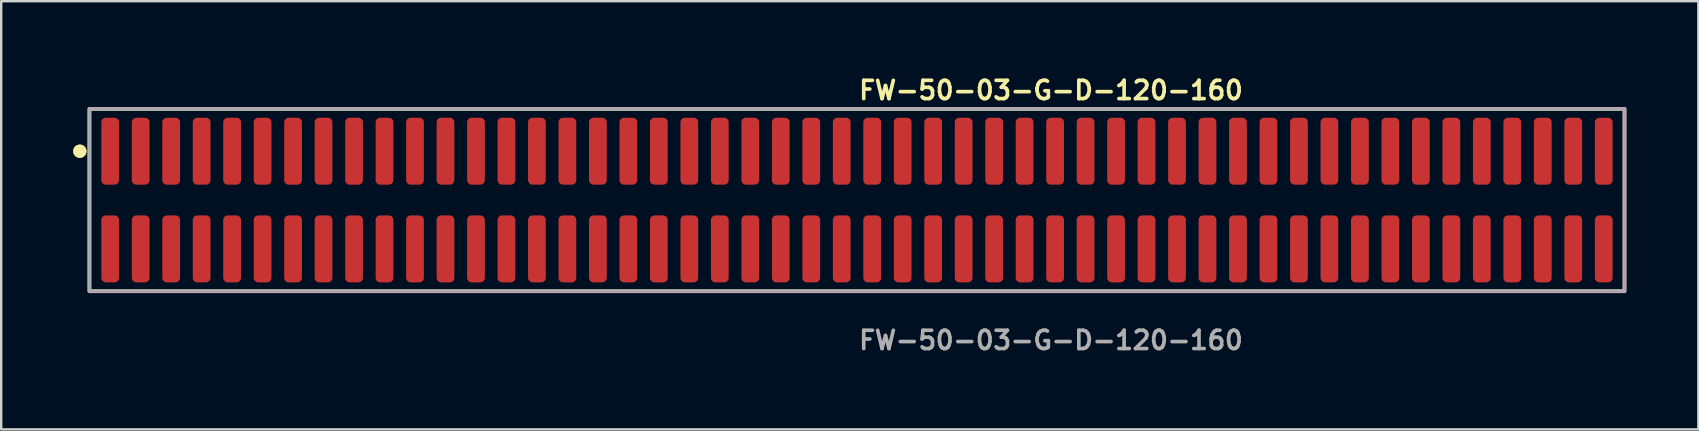
<source format=kicad_pcb>
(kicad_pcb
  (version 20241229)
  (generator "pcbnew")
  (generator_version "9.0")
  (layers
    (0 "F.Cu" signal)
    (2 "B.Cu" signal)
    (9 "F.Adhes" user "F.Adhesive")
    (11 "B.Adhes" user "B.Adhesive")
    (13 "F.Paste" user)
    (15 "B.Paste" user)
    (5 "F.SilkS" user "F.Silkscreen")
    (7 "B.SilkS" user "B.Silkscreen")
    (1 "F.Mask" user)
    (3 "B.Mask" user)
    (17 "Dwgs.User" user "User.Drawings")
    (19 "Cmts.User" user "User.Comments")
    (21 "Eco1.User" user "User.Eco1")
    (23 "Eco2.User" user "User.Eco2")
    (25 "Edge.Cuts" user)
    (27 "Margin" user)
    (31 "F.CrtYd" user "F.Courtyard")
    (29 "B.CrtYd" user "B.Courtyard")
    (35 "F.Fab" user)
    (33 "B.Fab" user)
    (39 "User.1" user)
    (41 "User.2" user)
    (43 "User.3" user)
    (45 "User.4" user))
  (footprint "FW-50-03-G-D-120-160"
    (layer "F.Cu")
    (at 32.656 5.285)
    (property "Reference" "FW-50-03-G-D-120-160" (at 0 -4.572 0) (unlocked yes) (layer "F.SilkS") (effects (font (size 0.762 0.762) (thickness 0.152)) (justify left)))
    (fp_rect (start -31.98 3.8) (end 31.98 -3.8) (stroke (width 0.152) (type solid)) (fill no) (layer "F.SilkS"))
    (fp_circle (center -32.38 -2.035) (end -32.58 -2.035) (stroke (width 0.152) (type solid)) (fill yes) (layer "F.SilkS"))
    (fp_circle (center -32.38 -2.035) (end -32.58 -2.035) (stroke (width 0.152) (type solid)) (fill yes) (layer "F.SilkS"))
    (fp_rect (start -31.98 3.8) (end 31.98 -3.8) (stroke (width 0.006) (type solid)) (fill no) (layer "F.CrtYd"))
    (fp_rect (start -31.98 3.8) (end 31.98 -3.8) (stroke (width 0.152) (type solid)) (fill no) (layer "F.Fab"))
    (fp_text user "${REFERENCE}" (at 0 5.842 0) (unlocked yes) (layer "F.Fab") (effects (font (size 0.762 0.762) (thickness 0.152)) (justify left)))
    (pad "1" smd roundrect (at -31.115 -2.035) (size 0.74 2.79) (layers "F.Cu" "F.Paste") (roundrect_rratio 0.25))
    (pad "2" smd roundrect (at -31.115 2.035) (size 0.74 2.79) (layers "F.Cu" "F.Paste") (roundrect_rratio 0.25))
    (pad "3" smd roundrect (at -29.845 -2.035) (size 0.74 2.79) (layers "F.Cu" "F.Paste") (roundrect_rratio 0.25))
    (pad "4" smd roundrect (at -29.845 2.035) (size 0.74 2.79) (layers "F.Cu" "F.Paste") (roundrect_rratio 0.25))
    (pad "5" smd roundrect (at -28.575 -2.035) (size 0.74 2.79) (layers "F.Cu" "F.Paste") (roundrect_rratio 0.25))
    (pad "6" smd roundrect (at -28.575 2.035) (size 0.74 2.79) (layers "F.Cu" "F.Paste") (roundrect_rratio 0.25))
    (pad "7" smd roundrect (at -27.305 -2.035) (size 0.74 2.79) (layers "F.Cu" "F.Paste") (roundrect_rratio 0.25))
    (pad "8" smd roundrect (at -27.305 2.035) (size 0.74 2.79) (layers "F.Cu" "F.Paste") (roundrect_rratio 0.25))
    (pad "9" smd roundrect (at -26.035 -2.035) (size 0.74 2.79) (layers "F.Cu" "F.Paste") (roundrect_rratio 0.25))
    (pad "10" smd roundrect (at -26.035 2.035) (size 0.74 2.79) (layers "F.Cu" "F.Paste") (roundrect_rratio 0.25))
    (pad "11" smd roundrect (at -24.765 -2.035) (size 0.74 2.79) (layers "F.Cu" "F.Paste") (roundrect_rratio 0.25))
    (pad "12" smd roundrect (at -24.765 2.035) (size 0.74 2.79) (layers "F.Cu" "F.Paste") (roundrect_rratio 0.25))
    (pad "13" smd roundrect (at -23.495 -2.035) (size 0.74 2.79) (layers "F.Cu" "F.Paste") (roundrect_rratio 0.25))
    (pad "14" smd roundrect (at -23.495 2.035) (size 0.74 2.79) (layers "F.Cu" "F.Paste") (roundrect_rratio 0.25))
    (pad "15" smd roundrect (at -22.225 -2.035) (size 0.74 2.79) (layers "F.Cu" "F.Paste") (roundrect_rratio 0.25))
    (pad "16" smd roundrect (at -22.225 2.035) (size 0.74 2.79) (layers "F.Cu" "F.Paste") (roundrect_rratio 0.25))
    (pad "17" smd roundrect (at -20.955 -2.035) (size 0.74 2.79) (layers "F.Cu" "F.Paste") (roundrect_rratio 0.25))
    (pad "18" smd roundrect (at -20.955 2.035) (size 0.74 2.79) (layers "F.Cu" "F.Paste") (roundrect_rratio 0.25))
    (pad "19" smd roundrect (at -19.685 -2.035) (size 0.74 2.79) (layers "F.Cu" "F.Paste") (roundrect_rratio 0.25))
    (pad "20" smd roundrect (at -19.685 2.035) (size 0.74 2.79) (layers "F.Cu" "F.Paste") (roundrect_rratio 0.25))
    (pad "21" smd roundrect (at -18.415 -2.035) (size 0.74 2.79) (layers "F.Cu" "F.Paste") (roundrect_rratio 0.25))
    (pad "22" smd roundrect (at -18.415 2.035) (size 0.74 2.79) (layers "F.Cu" "F.Paste") (roundrect_rratio 0.25))
    (pad "23" smd roundrect (at -17.145 -2.035) (size 0.74 2.79) (layers "F.Cu" "F.Paste") (roundrect_rratio 0.25))
    (pad "24" smd roundrect (at -17.145 2.035) (size 0.74 2.79) (layers "F.Cu" "F.Paste") (roundrect_rratio 0.25))
    (pad "25" smd roundrect (at -15.875 -2.035) (size 0.74 2.79) (layers "F.Cu" "F.Paste") (roundrect_rratio 0.25))
    (pad "26" smd roundrect (at -15.875 2.035) (size 0.74 2.79) (layers "F.Cu" "F.Paste") (roundrect_rratio 0.25))
    (pad "27" smd roundrect (at -14.605 -2.035) (size 0.74 2.79) (layers "F.Cu" "F.Paste") (roundrect_rratio 0.25))
    (pad "28" smd roundrect (at -14.605 2.035) (size 0.74 2.79) (layers "F.Cu" "F.Paste") (roundrect_rratio 0.25))
    (pad "29" smd roundrect (at -13.335 -2.035) (size 0.74 2.79) (layers "F.Cu" "F.Paste") (roundrect_rratio 0.25))
    (pad "30" smd roundrect (at -13.335 2.035) (size 0.74 2.79) (layers "F.Cu" "F.Paste") (roundrect_rratio 0.25))
    (pad "31" smd roundrect (at -12.065 -2.035) (size 0.74 2.79) (layers "F.Cu" "F.Paste") (roundrect_rratio 0.25))
    (pad "32" smd roundrect (at -12.065 2.035) (size 0.74 2.79) (layers "F.Cu" "F.Paste") (roundrect_rratio 0.25))
    (pad "33" smd roundrect (at -10.795 -2.035) (size 0.74 2.79) (layers "F.Cu" "F.Paste") (roundrect_rratio 0.25))
    (pad "34" smd roundrect (at -10.795 2.035) (size 0.74 2.79) (layers "F.Cu" "F.Paste") (roundrect_rratio 0.25))
    (pad "35" smd roundrect (at -9.525 -2.035) (size 0.74 2.79) (layers "F.Cu" "F.Paste") (roundrect_rratio 0.25))
    (pad "36" smd roundrect (at -9.525 2.035) (size 0.74 2.79) (layers "F.Cu" "F.Paste") (roundrect_rratio 0.25))
    (pad "37" smd roundrect (at -8.255 -2.035) (size 0.74 2.79) (layers "F.Cu" "F.Paste") (roundrect_rratio 0.25))
    (pad "38" smd roundrect (at -8.255 2.035) (size 0.74 2.79) (layers "F.Cu" "F.Paste") (roundrect_rratio 0.25))
    (pad "39" smd roundrect (at -6.985 -2.035) (size 0.74 2.79) (layers "F.Cu" "F.Paste") (roundrect_rratio 0.25))
    (pad "40" smd roundrect (at -6.985 2.035) (size 0.74 2.79) (layers "F.Cu" "F.Paste") (roundrect_rratio 0.25))
    (pad "41" smd roundrect (at -5.715 -2.035) (size 0.74 2.79) (layers "F.Cu" "F.Paste") (roundrect_rratio 0.25))
    (pad "42" smd roundrect (at -5.715 2.035) (size 0.74 2.79) (layers "F.Cu" "F.Paste") (roundrect_rratio 0.25))
    (pad "43" smd roundrect (at -4.445 -2.035) (size 0.74 2.79) (layers "F.Cu" "F.Paste") (roundrect_rratio 0.25))
    (pad "44" smd roundrect (at -4.445 2.035) (size 0.74 2.79) (layers "F.Cu" "F.Paste") (roundrect_rratio 0.25))
    (pad "45" smd roundrect (at -3.175 -2.035) (size 0.74 2.79) (layers "F.Cu" "F.Paste") (roundrect_rratio 0.25))
    (pad "46" smd roundrect (at -3.175 2.035) (size 0.74 2.79) (layers "F.Cu" "F.Paste") (roundrect_rratio 0.25))
    (pad "47" smd roundrect (at -1.905 -2.035) (size 0.74 2.79) (layers "F.Cu" "F.Paste") (roundrect_rratio 0.25))
    (pad "48" smd roundrect (at -1.905 2.035) (size 0.74 2.79) (layers "F.Cu" "F.Paste") (roundrect_rratio 0.25))
    (pad "49" smd roundrect (at -0.635 -2.035) (size 0.74 2.79) (layers "F.Cu" "F.Paste") (roundrect_rratio 0.25))
    (pad "50" smd roundrect (at -0.635 2.035) (size 0.74 2.79) (layers "F.Cu" "F.Paste") (roundrect_rratio 0.25))
    (pad "51" smd roundrect (at 0.635 -2.035) (size 0.74 2.79) (layers "F.Cu" "F.Paste") (roundrect_rratio 0.25))
    (pad "52" smd roundrect (at 0.635 2.035) (size 0.74 2.79) (layers "F.Cu" "F.Paste") (roundrect_rratio 0.25))
    (pad "53" smd roundrect (at 1.905 -2.035) (size 0.74 2.79) (layers "F.Cu" "F.Paste") (roundrect_rratio 0.25))
    (pad "54" smd roundrect (at 1.905 2.035) (size 0.74 2.79) (layers "F.Cu" "F.Paste") (roundrect_rratio 0.25))
    (pad "55" smd roundrect (at 3.175 -2.035) (size 0.74 2.79) (layers "F.Cu" "F.Paste") (roundrect_rratio 0.25))
    (pad "56" smd roundrect (at 3.175 2.035) (size 0.74 2.79) (layers "F.Cu" "F.Paste") (roundrect_rratio 0.25))
    (pad "57" smd roundrect (at 4.445 -2.035) (size 0.74 2.79) (layers "F.Cu" "F.Paste") (roundrect_rratio 0.25))
    (pad "58" smd roundrect (at 4.445 2.035) (size 0.74 2.79) (layers "F.Cu" "F.Paste") (roundrect_rratio 0.25))
    (pad "59" smd roundrect (at 5.715 -2.035) (size 0.74 2.79) (layers "F.Cu" "F.Paste") (roundrect_rratio 0.25))
    (pad "60" smd roundrect (at 5.715 2.035) (size 0.74 2.79) (layers "F.Cu" "F.Paste") (roundrect_rratio 0.25))
    (pad "61" smd roundrect (at 6.985 -2.035) (size 0.74 2.79) (layers "F.Cu" "F.Paste") (roundrect_rratio 0.25))
    (pad "62" smd roundrect (at 6.985 2.035) (size 0.74 2.79) (layers "F.Cu" "F.Paste") (roundrect_rratio 0.25))
    (pad "63" smd roundrect (at 8.255 -2.035) (size 0.74 2.79) (layers "F.Cu" "F.Paste") (roundrect_rratio 0.25))
    (pad "64" smd roundrect (at 8.255 2.035) (size 0.74 2.79) (layers "F.Cu" "F.Paste") (roundrect_rratio 0.25))
    (pad "65" smd roundrect (at 9.525 -2.035) (size 0.74 2.79) (layers "F.Cu" "F.Paste") (roundrect_rratio 0.25))
    (pad "66" smd roundrect (at 9.525 2.035) (size 0.74 2.79) (layers "F.Cu" "F.Paste") (roundrect_rratio 0.25))
    (pad "67" smd roundrect (at 10.795 -2.035) (size 0.74 2.79) (layers "F.Cu" "F.Paste") (roundrect_rratio 0.25))
    (pad "68" smd roundrect (at 10.795 2.035) (size 0.74 2.79) (layers "F.Cu" "F.Paste") (roundrect_rratio 0.25))
    (pad "69" smd roundrect (at 12.065 -2.035) (size 0.74 2.79) (layers "F.Cu" "F.Paste") (roundrect_rratio 0.25))
    (pad "70" smd roundrect (at 12.065 2.035) (size 0.74 2.79) (layers "F.Cu" "F.Paste") (roundrect_rratio 0.25))
    (pad "71" smd roundrect (at 13.335 -2.035) (size 0.74 2.79) (layers "F.Cu" "F.Paste") (roundrect_rratio 0.25))
    (pad "72" smd roundrect (at 13.335 2.035) (size 0.74 2.79) (layers "F.Cu" "F.Paste") (roundrect_rratio 0.25))
    (pad "73" smd roundrect (at 14.605 -2.035) (size 0.74 2.79) (layers "F.Cu" "F.Paste") (roundrect_rratio 0.25))
    (pad "74" smd roundrect (at 14.605 2.035) (size 0.74 2.79) (layers "F.Cu" "F.Paste") (roundrect_rratio 0.25))
    (pad "75" smd roundrect (at 15.875 -2.035) (size 0.74 2.79) (layers "F.Cu" "F.Paste") (roundrect_rratio 0.25))
    (pad "76" smd roundrect (at 15.875 2.035) (size 0.74 2.79) (layers "F.Cu" "F.Paste") (roundrect_rratio 0.25))
    (pad "77" smd roundrect (at 17.145 -2.035) (size 0.74 2.79) (layers "F.Cu" "F.Paste") (roundrect_rratio 0.25))
    (pad "78" smd roundrect (at 17.145 2.035) (size 0.74 2.79) (layers "F.Cu" "F.Paste") (roundrect_rratio 0.25))
    (pad "79" smd roundrect (at 18.415 -2.035) (size 0.74 2.79) (layers "F.Cu" "F.Paste") (roundrect_rratio 0.25))
    (pad "80" smd roundrect (at 18.415 2.035) (size 0.74 2.79) (layers "F.Cu" "F.Paste") (roundrect_rratio 0.25))
    (pad "81" smd roundrect (at 19.685 -2.035) (size 0.74 2.79) (layers "F.Cu" "F.Paste") (roundrect_rratio 0.25))
    (pad "82" smd roundrect (at 19.685 2.035) (size 0.74 2.79) (layers "F.Cu" "F.Paste") (roundrect_rratio 0.25))
    (pad "83" smd roundrect (at 20.955 -2.035) (size 0.74 2.79) (layers "F.Cu" "F.Paste") (roundrect_rratio 0.25))
    (pad "84" smd roundrect (at 20.955 2.035) (size 0.74 2.79) (layers "F.Cu" "F.Paste") (roundrect_rratio 0.25))
    (pad "85" smd roundrect (at 22.225 -2.035) (size 0.74 2.79) (layers "F.Cu" "F.Paste") (roundrect_rratio 0.25))
    (pad "86" smd roundrect (at 22.225 2.035) (size 0.74 2.79) (layers "F.Cu" "F.Paste") (roundrect_rratio 0.25))
    (pad "87" smd roundrect (at 23.495 -2.035) (size 0.74 2.79) (layers "F.Cu" "F.Paste") (roundrect_rratio 0.25))
    (pad "88" smd roundrect (at 23.495 2.035) (size 0.74 2.79) (layers "F.Cu" "F.Paste") (roundrect_rratio 0.25))
    (pad "89" smd roundrect (at 24.765 -2.035) (size 0.74 2.79) (layers "F.Cu" "F.Paste") (roundrect_rratio 0.25))
    (pad "90" smd roundrect (at 24.765 2.035) (size 0.74 2.79) (layers "F.Cu" "F.Paste") (roundrect_rratio 0.25))
    (pad "91" smd roundrect (at 26.035 -2.035) (size 0.74 2.79) (layers "F.Cu" "F.Paste") (roundrect_rratio 0.25))
    (pad "92" smd roundrect (at 26.035 2.035) (size 0.74 2.79) (layers "F.Cu" "F.Paste") (roundrect_rratio 0.25))
    (pad "93" smd roundrect (at 27.305 -2.035) (size 0.74 2.79) (layers "F.Cu" "F.Paste") (roundrect_rratio 0.25))
    (pad "94" smd roundrect (at 27.305 2.035) (size 0.74 2.79) (layers "F.Cu" "F.Paste") (roundrect_rratio 0.25))
    (pad "95" smd roundrect (at 28.575 -2.035) (size 0.74 2.79) (layers "F.Cu" "F.Paste") (roundrect_rratio 0.25))
    (pad "96" smd roundrect (at 28.575 2.035) (size 0.74 2.79) (layers "F.Cu" "F.Paste") (roundrect_rratio 0.25))
    (pad "97" smd roundrect (at 29.845 -2.035) (size 0.74 2.79) (layers "F.Cu" "F.Paste") (roundrect_rratio 0.25))
    (pad "98" smd roundrect (at 29.845 2.035) (size 0.74 2.79) (layers "F.Cu" "F.Paste") (roundrect_rratio 0.25))
    (pad "99" smd roundrect (at 31.115 -2.035) (size 0.74 2.79) (layers "F.Cu" "F.Paste") (roundrect_rratio 0.25))
    (pad "100" smd roundrect (at 31.115 2.035) (size 0.74 2.79) (layers "F.Cu" "F.Paste") (roundrect_rratio 0.25)))
  (gr_rect
    (start -3 -3)
    (end 67.712 14.84)
    (stroke (width 0.1) (type default))
    (fill no)
    (layer "Edge.Cuts")))
</source>
